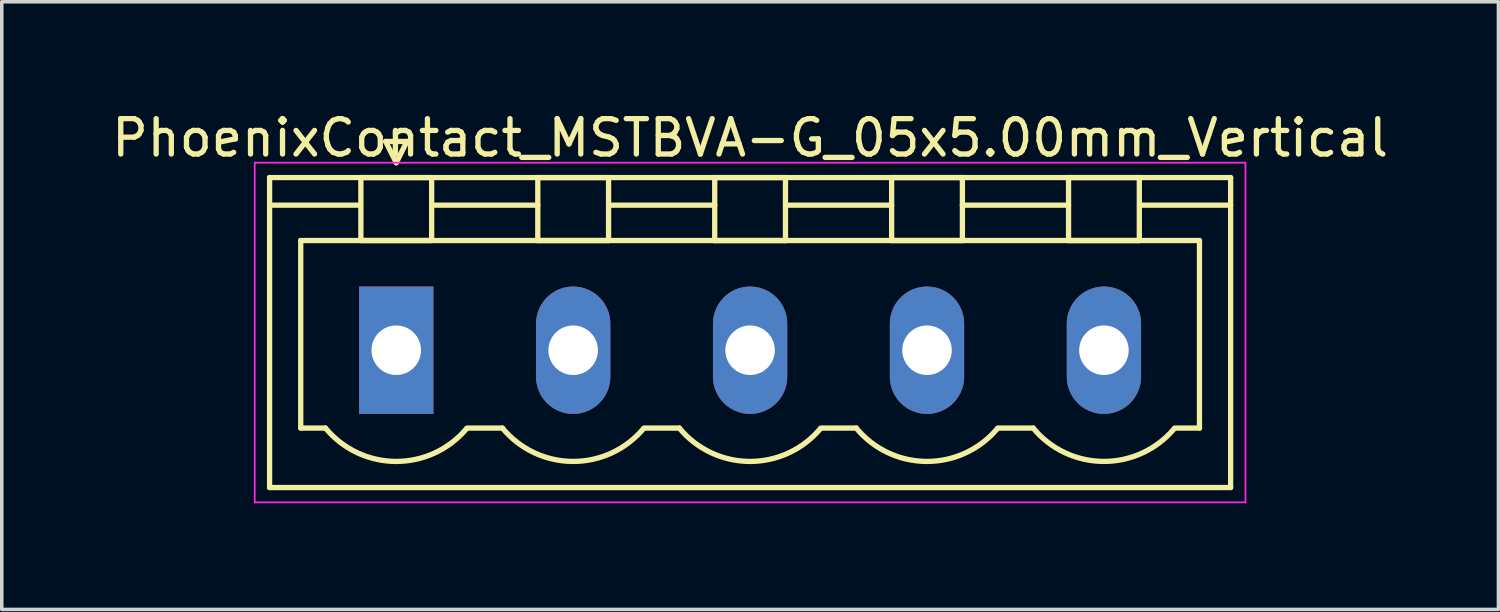
<source format=kicad_pcb>
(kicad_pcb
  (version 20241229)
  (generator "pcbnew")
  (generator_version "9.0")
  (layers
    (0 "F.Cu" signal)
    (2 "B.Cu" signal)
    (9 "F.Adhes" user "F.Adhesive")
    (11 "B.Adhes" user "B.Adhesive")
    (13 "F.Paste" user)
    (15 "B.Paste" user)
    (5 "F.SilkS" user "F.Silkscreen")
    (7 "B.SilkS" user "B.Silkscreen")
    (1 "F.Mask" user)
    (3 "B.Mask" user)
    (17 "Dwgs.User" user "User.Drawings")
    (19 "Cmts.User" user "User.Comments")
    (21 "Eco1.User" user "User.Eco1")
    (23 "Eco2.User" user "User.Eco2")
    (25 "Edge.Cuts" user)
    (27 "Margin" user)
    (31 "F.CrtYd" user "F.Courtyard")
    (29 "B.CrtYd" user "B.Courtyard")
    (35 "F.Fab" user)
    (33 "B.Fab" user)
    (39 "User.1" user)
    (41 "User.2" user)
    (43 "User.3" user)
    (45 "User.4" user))
  (footprint "PhoenixContact_MSTBVA-G_05x5.00mm_Vertical"
    (layer "F.Cu")
    (at 8.149 6.848)
    (property "Reference" "PhoenixContact_MSTBVA-G_05x5.00mm_Vertical" (at 10 -6 0) (layer "F.SilkS") (effects (font (size 1 1) (thickness 0.15))))
    (attr through_hole)
    (fp_line (start -3.58 -4.88) (end -3.58 3.88) (stroke (width 0.15) (type solid)) (layer "F.SilkS"))
    (fp_line (start -3.58 -4.1) (end -1.08 -4.1) (stroke (width 0.15) (type solid)) (layer "F.SilkS"))
    (fp_line (start -3.58 3.88) (end 23.58 3.88) (stroke (width 0.15) (type solid)) (layer "F.SilkS"))
    (fp_line (start -2.7 -3.1) (end 22.7 -3.1) (stroke (width 0.15) (type solid)) (layer "F.SilkS"))
    (fp_line (start -2.7 2.2) (end -2.7 -3.1) (stroke (width 0.15) (type solid)) (layer "F.SilkS"))
    (fp_line (start -2 2.2) (end -2.7 2.2) (stroke (width 0.15) (type solid)) (layer "F.SilkS"))
    (fp_line (start -1 -4.88) (end 1 -4.88) (stroke (width 0.15) (type solid)) (layer "F.SilkS"))
    (fp_line (start -1 -3.1) (end -1 -4.88) (stroke (width 0.15) (type solid)) (layer "F.SilkS"))
    (fp_line (start -0.3 -5.9) (end 0 -5.3) (stroke (width 0.15) (type solid)) (layer "F.SilkS"))
    (fp_line (start 0 -5.3) (end 0.3 -5.9) (stroke (width 0.15) (type solid)) (layer "F.SilkS"))
    (fp_line (start 0.3 -5.9) (end -0.3 -5.9) (stroke (width 0.15) (type solid)) (layer "F.SilkS"))
    (fp_line (start 1 -4.88) (end 1 -3.1) (stroke (width 0.15) (type solid)) (layer "F.SilkS"))
    (fp_line (start 1 -4.1) (end 4 -4.1) (stroke (width 0.15) (type solid)) (layer "F.SilkS"))
    (fp_line (start 1 -3.1) (end -1 -3.1) (stroke (width 0.15) (type solid)) (layer "F.SilkS"))
    (fp_line (start 2 2.2) (end 3 2.2) (stroke (width 0.15) (type solid)) (layer "F.SilkS"))
    (fp_line (start 4 -4.88) (end 6 -4.88) (stroke (width 0.15) (type solid)) (layer "F.SilkS"))
    (fp_line (start 4 -3.1) (end 4 -4.88) (stroke (width 0.15) (type solid)) (layer "F.SilkS"))
    (fp_line (start 6 -4.88) (end 6 -3.1) (stroke (width 0.15) (type solid)) (layer "F.SilkS"))
    (fp_line (start 6 -4.1) (end 9 -4.1) (stroke (width 0.15) (type solid)) (layer "F.SilkS"))
    (fp_line (start 6 -3.1) (end 4 -3.1) (stroke (width 0.15) (type solid)) (layer "F.SilkS"))
    (fp_line (start 7 2.2) (end 8 2.2) (stroke (width 0.15) (type solid)) (layer "F.SilkS"))
    (fp_line (start 9 -4.88) (end 11 -4.88) (stroke (width 0.15) (type solid)) (layer "F.SilkS"))
    (fp_line (start 9 -3.1) (end 9 -4.88) (stroke (width 0.15) (type solid)) (layer "F.SilkS"))
    (fp_line (start 11 -4.88) (end 11 -3.1) (stroke (width 0.15) (type solid)) (layer "F.SilkS"))
    (fp_line (start 11 -4.1) (end 14 -4.1) (stroke (width 0.15) (type solid)) (layer "F.SilkS"))
    (fp_line (start 11 -3.1) (end 9 -3.1) (stroke (width 0.15) (type solid)) (layer "F.SilkS"))
    (fp_line (start 12 2.2) (end 13 2.2) (stroke (width 0.15) (type solid)) (layer "F.SilkS"))
    (fp_line (start 14 -4.88) (end 16 -4.88) (stroke (width 0.15) (type solid)) (layer "F.SilkS"))
    (fp_line (start 14 -3.1) (end 14 -4.88) (stroke (width 0.15) (type solid)) (layer "F.SilkS"))
    (fp_line (start 16 -4.88) (end 16 -3.1) (stroke (width 0.15) (type solid)) (layer "F.SilkS"))
    (fp_line (start 16 -4.1) (end 19 -4.1) (stroke (width 0.15) (type solid)) (layer "F.SilkS"))
    (fp_line (start 16 -3.1) (end 14 -3.1) (stroke (width 0.15) (type solid)) (layer "F.SilkS"))
    (fp_line (start 17 2.2) (end 18 2.2) (stroke (width 0.15) (type solid)) (layer "F.SilkS"))
    (fp_line (start 19 -4.88) (end 21 -4.88) (stroke (width 0.15) (type solid)) (layer "F.SilkS"))
    (fp_line (start 19 -3.1) (end 19 -4.88) (stroke (width 0.15) (type solid)) (layer "F.SilkS"))
    (fp_line (start 21 -4.88) (end 21 -3.1) (stroke (width 0.15) (type solid)) (layer "F.SilkS"))
    (fp_line (start 21 -3.1) (end 19 -3.1) (stroke (width 0.15) (type solid)) (layer "F.SilkS"))
    (fp_line (start 22.7 -3.1) (end 22.7 2.2) (stroke (width 0.15) (type solid)) (layer "F.SilkS"))
    (fp_line (start 22.7 2.2) (end 22 2.2) (stroke (width 0.15) (type solid)) (layer "F.SilkS"))
    (fp_line (start 23.58 -4.88) (end -3.58 -4.88) (stroke (width 0.15) (type solid)) (layer "F.SilkS"))
    (fp_line (start 23.58 -4.1) (end 21.08 -4.1) (stroke (width 0.15) (type solid)) (layer "F.SilkS"))
    (fp_line (start 23.58 3.88) (end 23.58 -4.88) (stroke (width 0.15) (type solid)) (layer "F.SilkS"))
    (fp_arc (start 1.986842 2.215821) (mid -0.010289 3.142758) (end -2 2.2) (stroke (width 0.15) (type solid)) (layer "F.SilkS"))
    (fp_arc (start 6.986842 2.215821) (mid 4.989711 3.142758) (end 3 2.2) (stroke (width 0.15) (type solid)) (layer "F.SilkS"))
    (fp_arc (start 11.986842 2.215821) (mid 9.989711 3.142758) (end 8 2.2) (stroke (width 0.15) (type solid)) (layer "F.SilkS"))
    (fp_arc (start 16.986842 2.215821) (mid 14.989711 3.142758) (end 13 2.2) (stroke (width 0.15) (type solid)) (layer "F.SilkS"))
    (fp_arc (start 21.986842 2.215821) (mid 19.989711 3.142758) (end 18 2.2) (stroke (width 0.15) (type solid)) (layer "F.SilkS"))
    (fp_line (start -4 -5.3) (end -4 4.3) (stroke (width 0.05) (type solid)) (layer "F.CrtYd"))
    (fp_line (start -4 4.3) (end 24 4.3) (stroke (width 0.05) (type solid)) (layer "F.CrtYd"))
    (fp_line (start 24 -5.3) (end -4 -5.3) (stroke (width 0.05) (type solid)) (layer "F.CrtYd"))
    (fp_line (start 24 4.3) (end 24 -5.3) (stroke (width 0.05) (type solid)) (layer "F.CrtYd"))
    (pad "1" thru_hole rect (at 0 0) (size 2.1 3.6) (drill 1.4) (layers "*.Cu" "*.Mask"))
    (pad "2" thru_hole oval (at 5 0) (size 2.1 3.6) (drill 1.4) (layers "*.Cu" "*.Mask"))
    (pad "3" thru_hole oval (at 10 0) (size 2.1 3.6) (drill 1.4) (layers "*.Cu" "*.Mask"))
    (pad "4" thru_hole oval (at 15 0) (size 2.1 3.6) (drill 1.4) (layers "*.Cu" "*.Mask"))
    (pad "5" thru_hole oval (at 20 0) (size 2.1 3.6) (drill 1.4) (layers "*.Cu" "*.Mask")))
  (gr_rect
    (start -3 -3)
    (end 39.298 14.173)
    (stroke (width 0.1) (type default))
    (fill no)
    (layer "Edge.Cuts")))
</source>
